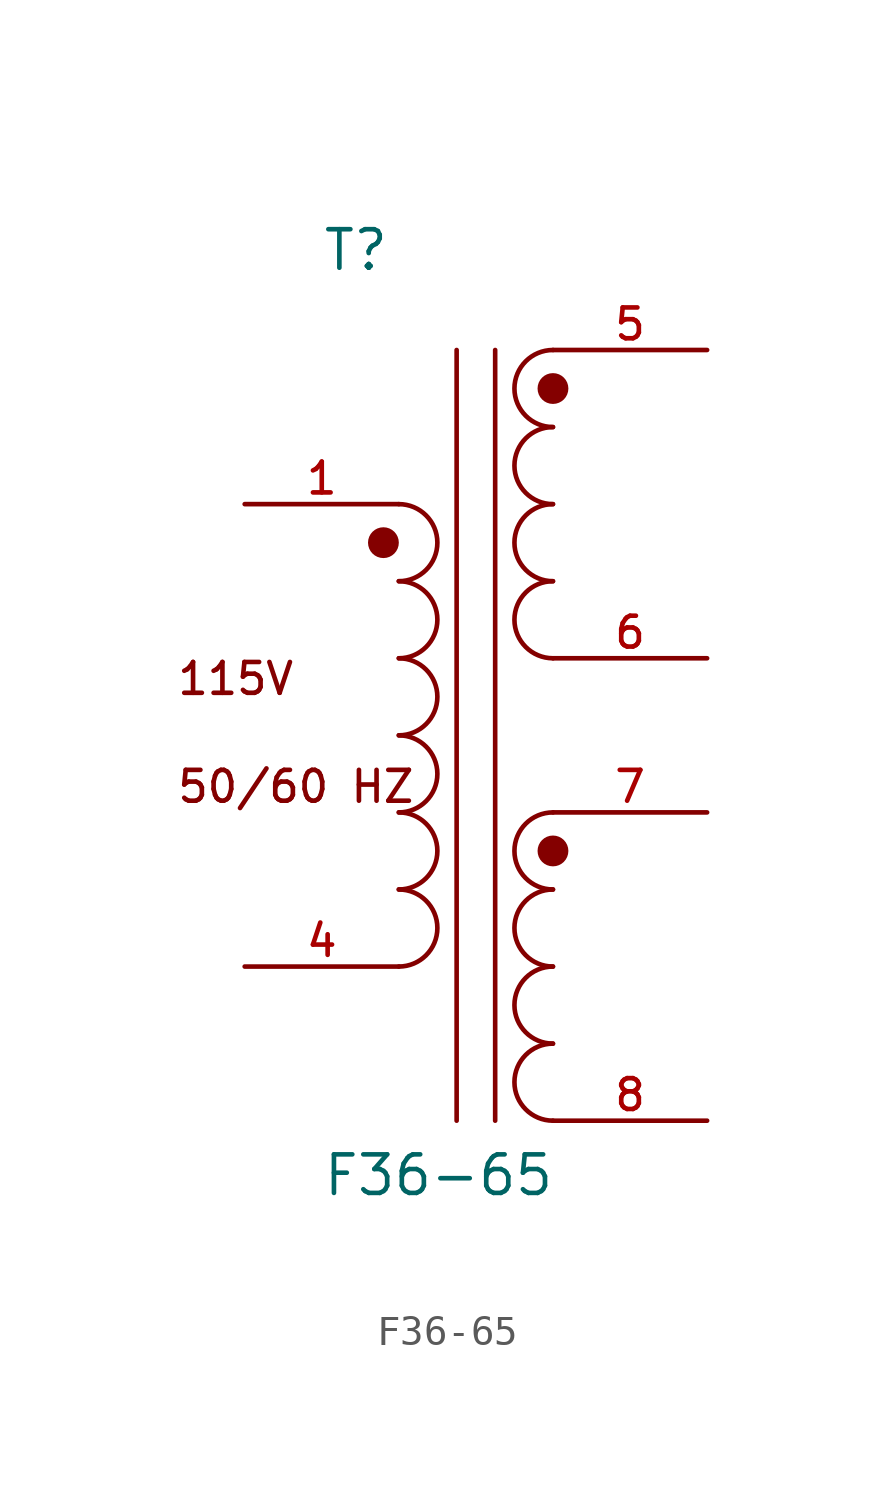
<source format=kicad_sym>
(kicad_symbol_lib
  (version 20211014)
  (generator kicad_symbol_editor)
  (symbol "F36-65"
    (pin_names
      (offset 1.016))
    (property "Reference" "T"
      (at -5.084 15.248 0)
      (effects (font (size 1.27 1.27)) (justify bottom left)))
    (property "Value" "F36-65"
      (at -5.081 -15.243 0)
      (effects (font (size 1.27 1.27)) (justify bottom left)))
    (symbol "F36-65_0_0"
      (arc (start -2.54 0.0) (mid -1.27 1.27) (end -2.54 2.54) (stroke (width 0.1524) (type default) (color 0 0 0 0)) (fill (type none)))
      (arc (start -2.54 -2.54) (mid -1.27 -1.27) (end -2.54 0.0) (stroke (width 0.1524) (type default) (color 0 0 0 0)) (fill (type none)))
      (arc (start -2.54 -5.08) (mid -1.27 -3.81) (end -2.54 -2.54) (stroke (width 0.1524) (type default) (color 0 0 0 0)) (fill (type none)))
      (arc (start -2.54 -7.62) (mid -1.27 -6.35) (end -2.54 -5.08) (stroke (width 0.1524) (type default) (color 0 0 0 0)) (fill (type none)))
      (arc (start 2.54 -5.08) (mid 1.27 -6.35) (end 2.54 -7.62) (stroke (width 0.1524) (type default) (color 0 0 0 0)) (fill (type none)))
      (arc (start 2.54 -2.54) (mid 1.27 -3.81) (end 2.54 -5.08) (stroke (width 0.1524) (type default) (color 0 0 0 0)) (fill (type none)))
      (arc (start -2.54 2.54) (mid -1.27 3.81) (end -2.54 5.08) (stroke (width 0.1524) (type default) (color 0 0 0 0)) (fill (type none)))
      (arc (start -2.54 5.08) (mid -1.27 6.35) (end -2.54 7.62) (stroke (width 0.1524) (type default) (color 0 0 0 0)) (fill (type none)))
      (arc (start 2.54 5.08) (mid 1.27 3.81) (end 2.54 2.54) (stroke (width 0.1524) (type default) (color 0 0 0 0)) (fill (type none)))
      (arc (start 2.54 7.62) (mid 1.27 6.35) (end 2.54 5.08) (stroke (width 0.1524) (type default) (color 0 0 0 0)) (fill (type none)))
      (polyline (pts (xy -0.635 12.7) (xy -0.635 -12.7)) (stroke (width 0.152)))
      (polyline (pts (xy 0.635 12.7) (xy 0.635 -12.7)) (stroke (width 0.152)))
      (circle (center -3.048 6.35) (radius 0.254) (stroke (width 0.508)) (fill (type none)))
      (circle (center 2.54 11.43) (radius 0.254) (stroke (width 0.508)) (fill (type none)))
      (circle (center 2.54 -3.81) (radius 0.254) (stroke (width 0.508)) (fill (type none)))
      (arc (start 2.54 10.16) (mid 1.27 8.89) (end 2.54 7.62) (stroke (width 0.1524) (type default) (color 0 0 0 0)) (fill (type none)))
      (arc (start 2.54 -7.62) (mid 1.27 -8.89) (end 2.54 -10.16) (stroke (width 0.1524) (type default) (color 0 0 0 0)) (fill (type none)))
      (arc (start 2.54 -10.16) (mid 1.27 -11.43) (end 2.54 -12.7) (stroke (width 0.1524) (type default) (color 0 0 0 0)) (fill (type none)))
      (arc (start 2.54 12.7) (mid 1.27 11.43) (end 2.54 10.16) (stroke (width 0.1524) (type default) (color 0 0 0 0)) (fill (type none)))
      (text "115V" (at -9.906 1.27 0) (effects (font (size 1.016 1.016)) (justify bottom left)))
      (text "50/60 HZ" (at -9.906 -2.286 0) (effects (font (size 1.016 1.016)) (justify bottom left)))
      (pin passive line (at -7.62 -7.62 0) (length 5.08) (name "~" (effects (font (size 1.016 1.016)))) (number "4" (effects (font (size 1.016 1.016)))))
      (pin passive line (at -7.62 7.62 0) (length 5.08) (name "~" (effects (font (size 1.016 1.016)))) (number "1" (effects (font (size 1.016 1.016)))))
      (pin passive line (at 7.62 -2.54 180.0) (length 5.08) (name "~" (effects (font (size 1.016 1.016)))) (number "7" (effects (font (size 1.016 1.016)))))
      (pin passive line (at 7.62 -12.7 180.0) (length 5.08) (name "~" (effects (font (size 1.016 1.016)))) (number "8" (effects (font (size 1.016 1.016)))))
      (pin passive line (at 7.62 12.7 180.0) (length 5.08) (name "~" (effects (font (size 1.016 1.016)))) (number "5" (effects (font (size 1.016 1.016)))))
      (pin passive line (at 7.62 2.54 180.0) (length 5.08) (name "~" (effects (font (size 1.016 1.016)))) (number "6" (effects (font (size 1.016 1.016))))))))
</source>
